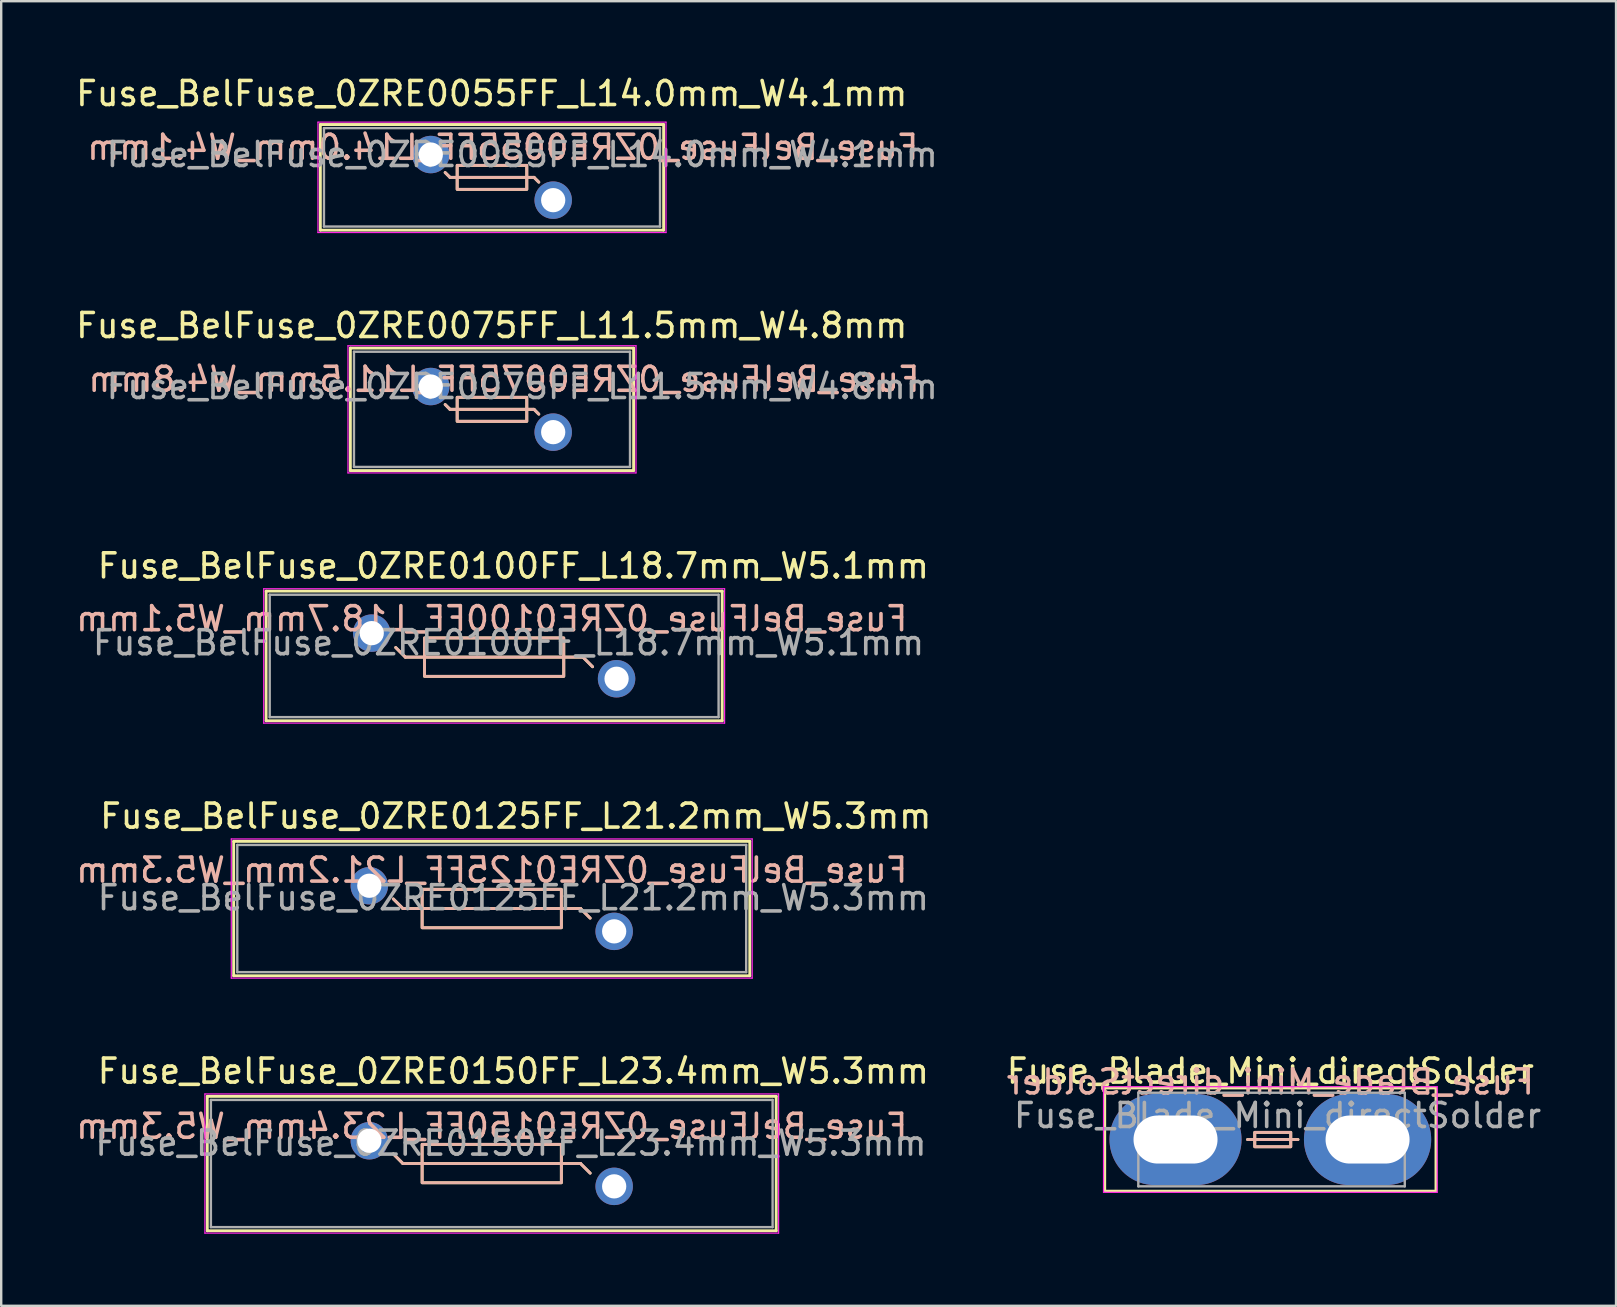
<source format=kicad_pcb>
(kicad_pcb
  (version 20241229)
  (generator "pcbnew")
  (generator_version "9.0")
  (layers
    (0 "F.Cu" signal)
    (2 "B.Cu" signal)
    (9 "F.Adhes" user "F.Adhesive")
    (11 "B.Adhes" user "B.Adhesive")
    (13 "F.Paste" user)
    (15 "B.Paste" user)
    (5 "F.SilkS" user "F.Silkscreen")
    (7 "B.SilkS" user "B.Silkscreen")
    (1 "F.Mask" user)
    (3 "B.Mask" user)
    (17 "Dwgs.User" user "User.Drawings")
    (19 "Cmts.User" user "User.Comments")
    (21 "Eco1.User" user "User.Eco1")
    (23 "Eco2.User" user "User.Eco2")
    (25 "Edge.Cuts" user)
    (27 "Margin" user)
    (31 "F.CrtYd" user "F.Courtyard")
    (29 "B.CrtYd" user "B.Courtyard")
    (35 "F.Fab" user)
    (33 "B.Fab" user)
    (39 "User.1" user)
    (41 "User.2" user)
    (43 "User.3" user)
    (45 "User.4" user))
  (footprint "Fuse_BelFuse_0ZRE0055FF_L14.0mm_W4.1mm"
    (layer "F.Cu")
    (at 14.895 3.388)
    (property "Reference" "Fuse_BelFuse_0ZRE0055FF_L14.0mm_W4.1mm" (at 2.54 -2.54 0) (layer "F.SilkS") (effects (font (size 1 1) (thickness 0.15))))
    (fp_line (start -4.6 -1.25) (end -4.6 3.15) (stroke (width 0.12) (type solid)) (layer "F.SilkS"))
    (fp_line (start -4.6 -1.25) (end 9.7 -1.25) (stroke (width 0.12) (type solid)) (layer "F.SilkS"))
    (fp_line (start -4.6 3.15) (end 9.7 3.15) (stroke (width 0.12) (type solid)) (layer "F.SilkS"))
    (fp_line (start 0.8 0.95) (end 0.6 0.75) (stroke (width 0.12) (type solid)) (layer "F.SilkS"))
    (fp_line (start 0.8 0.95) (end 4.3 0.95) (stroke (width 0.12) (type solid)) (layer "F.SilkS"))
    (fp_line (start 4.3 0.95) (end 4.5 1.15) (stroke (width 0.12) (type solid)) (layer "F.SilkS"))
    (fp_line (start 9.7 -1.25) (end 9.7 3.15) (stroke (width 0.12) (type solid)) (layer "F.SilkS"))
    (fp_rect (start 1.1 0.45) (end 4 1.45) (stroke (width 0.12) (type solid)) (fill no) (layer "F.SilkS"))
    (fp_line (start 0.6 0.75) (end 0.8 0.95) (stroke (width 0.12) (type solid)) (layer "B.SilkS"))
    (fp_line (start 0.8 0.95) (end 4.3 0.95) (stroke (width 0.12) (type solid)) (layer "B.SilkS"))
    (fp_line (start 4.3 0.95) (end 4.5 1.15) (stroke (width 0.12) (type solid)) (layer "B.SilkS"))
    (fp_rect (start 1.1 0.45) (end 4 1.45) (stroke (width 0.12) (type solid)) (fill no) (layer "B.SilkS"))
    (fp_line (start -4.7 -1.35) (end -4.7 3.25) (stroke (width 0.05) (type solid)) (layer "F.CrtYd"))
    (fp_line (start -4.7 -1.35) (end 9.8 -1.35) (stroke (width 0.05) (type solid)) (layer "F.CrtYd"))
    (fp_line (start -4.7 3.25) (end 9.8 3.25) (stroke (width 0.05) (type solid)) (layer "F.CrtYd"))
    (fp_line (start 9.8 -1.35) (end 9.8 3.25) (stroke (width 0.05) (type solid)) (layer "F.CrtYd"))
    (fp_line (start -4.45 -1.1) (end -4.45 3) (stroke (width 0.1) (type solid)) (layer "F.Fab"))
    (fp_line (start -4.45 -1.1) (end 9.55 -1.1) (stroke (width 0.1) (type solid)) (layer "F.Fab"))
    (fp_line (start -4.45 3) (end 9.55 3) (stroke (width 0.1) (type solid)) (layer "F.Fab"))
    (fp_line (start 9.55 -1.1) (end 9.55 3) (stroke (width 0.1) (type solid)) (layer "F.Fab"))
    (fp_text user "${REFERENCE}" (at 3 -0.3 0) (layer "B.SilkS") (effects (font (size 1 1) (thickness 0.15)) (justify mirror)))
    (fp_text user "${REFERENCE}" (at 3.81 0 0) (layer "F.Fab") (effects (font (size 1 1) (thickness 0.15))))
    (pad "1" thru_hole circle (at 0 0) (size 1.56 1.56) (drill 1.01) (layers "*.Cu" "*.Mask"))
    (pad "2" thru_hole circle (at 5.1 1.9) (size 1.56 1.56) (drill 1.01) (layers "*.Cu" "*.Mask")))
  (footprint "Fuse_Blade_Mini_directSolder"
    (layer "F.Cu")
    (at 45.92 44.421)
    (property "Reference" "Fuse_Blade_Mini_directSolder" (at 3.95 -2.85 0) (layer "F.SilkS") (effects (font (size 1 1) (thickness 0.15))))
    (fp_line (start 5.1 0) (end 3 0) (stroke (width 0.12) (type solid)) (layer "F.SilkS"))
    (fp_rect (start -2.95 -2.15) (end 10.85 2.15) (stroke (width 0.12) (type solid)) (fill no) (layer "F.SilkS"))
    (fp_rect (start 3.3 -0.3) (end 4.8 0.3) (stroke (width 0.12) (type solid)) (fill no) (layer "F.SilkS"))
    (fp_line (start 5.1 0) (end 3 0) (stroke (width 0.12) (type solid)) (layer "B.SilkS"))
    (fp_rect (start 3.3 -0.3) (end 4.8 0.3) (stroke (width 0.12) (type solid)) (fill no) (layer "B.SilkS"))
    (fp_line (start -3 -2.2) (end -3 2.2) (stroke (width 0.05) (type solid)) (layer "F.CrtYd"))
    (fp_line (start -3 -2.2) (end 10.9 -2.2) (stroke (width 0.05) (type solid)) (layer "F.CrtYd"))
    (fp_line (start 10.9 2.2) (end -3 2.2) (stroke (width 0.05) (type solid)) (layer "F.CrtYd"))
    (fp_line (start 10.9 2.2) (end 10.9 -2.2) (stroke (width 0.05) (type solid)) (layer "F.CrtYd"))
    (fp_line (start -1.55 -1.95) (end 9.55 -1.95) (stroke (width 0.1) (type solid)) (layer "F.Fab"))
    (fp_line (start -1.55 1.95) (end -1.55 -1.95) (stroke (width 0.1) (type solid)) (layer "F.Fab"))
    (fp_line (start 9.55 -1.95) (end 9.55 1.95) (stroke (width 0.1) (type solid)) (layer "F.Fab"))
    (fp_line (start 9.55 1.95) (end -1.55 1.95) (stroke (width 0.1) (type solid)) (layer "F.Fab"))
    (fp_text user "${REFERENCE}" (at 3.95 -2.4 0) (layer "B.SilkS") (effects (font (size 1 1) (thickness 0.15)) (justify mirror)))
    (fp_text user "${REFERENCE}" (at 4.25 -1 0) (layer "F.Fab") (effects (font (size 1 1) (thickness 0.15))))
    (pad "1" thru_hole oval (at 0 0) (size 5.5 3.8) (drill oval 3.5 2) (layers "*.Cu" "*.Mask"))
    (pad "2" thru_hole oval (at 8 0) (size 5.3 3.8) (drill oval 3.5 2) (layers "*.Cu" "*.Mask")))
  (footprint "Fuse_BelFuse_0ZRE0100FF_L18.7mm_W5.1mm"
    (layer "F.Cu")
    (at 12.435 23.325)
    (property "Reference" "Fuse_BelFuse_0ZRE0100FF_L18.7mm_W5.1mm" (at 5.9 -2.8 0) (layer "F.SilkS") (effects (font (size 1 1) (thickness 0.15))))
    (fp_line (start -4.4 -1.75) (end -4.4 3.65) (stroke (width 0.12) (type solid)) (layer "F.SilkS"))
    (fp_line (start -4.4 -1.75) (end 14.6 -1.75) (stroke (width 0.12) (type solid)) (layer "F.SilkS"))
    (fp_line (start -4.4 3.65) (end 14.6 3.65) (stroke (width 0.12) (type solid)) (layer "F.SilkS"))
    (fp_line (start 1.4 1) (end 1 0.6) (stroke (width 0.12) (type solid)) (layer "F.SilkS"))
    (fp_line (start 1.4 1) (end 8.8 1) (stroke (width 0.12) (type solid)) (layer "F.SilkS"))
    (fp_line (start 8.8 1) (end 9.2 1.4) (stroke (width 0.12) (type solid)) (layer "F.SilkS"))
    (fp_line (start 14.6 -1.75) (end 14.6 3.65) (stroke (width 0.12) (type solid)) (layer "F.SilkS"))
    (fp_rect (start 2.2 0.2) (end 8 1.8) (stroke (width 0.12) (type solid)) (fill no) (layer "F.SilkS"))
    (fp_line (start 1 0.6) (end 1.4 1) (stroke (width 0.12) (type solid)) (layer "B.SilkS"))
    (fp_line (start 1.4 1) (end 8.8 1) (stroke (width 0.12) (type solid)) (layer "B.SilkS"))
    (fp_line (start 8.8 1) (end 9.2 1.4) (stroke (width 0.12) (type solid)) (layer "B.SilkS"))
    (fp_rect (start 2.2 0.2) (end 8 1.8) (stroke (width 0.12) (type solid)) (fill no) (layer "B.SilkS"))
    (fp_line (start -4.5 -1.85) (end -4.5 3.75) (stroke (width 0.05) (type solid)) (layer "F.CrtYd"))
    (fp_line (start -4.5 -1.85) (end 14.7 -1.85) (stroke (width 0.05) (type solid)) (layer "F.CrtYd"))
    (fp_line (start -4.5 3.75) (end 14.7 3.75) (stroke (width 0.05) (type solid)) (layer "F.CrtYd"))
    (fp_line (start 14.7 -1.85) (end 14.7 3.75) (stroke (width 0.05) (type solid)) (layer "F.CrtYd"))
    (fp_line (start -4.25 -1.6) (end -4.25 3.5) (stroke (width 0.1) (type solid)) (layer "F.Fab"))
    (fp_line (start -4.25 -1.6) (end 14.45 -1.6) (stroke (width 0.1) (type solid)) (layer "F.Fab"))
    (fp_line (start -4.25 3.5) (end 14.45 3.5) (stroke (width 0.1) (type solid)) (layer "F.Fab"))
    (fp_line (start 14.45 -1.6) (end 14.45 3.5) (stroke (width 0.1) (type solid)) (layer "F.Fab"))
    (fp_text user "${REFERENCE}" (at 5 -0.6 0) (layer "B.SilkS") (effects (font (size 1 1) (thickness 0.15)) (justify mirror)))
    (fp_text user "${REFERENCE}" (at 5.7 0.4 0) (layer "F.Fab") (effects (font (size 1 1) (thickness 0.15))))
    (pad "1" thru_hole circle (at 0 0) (size 1.56 1.56) (drill 1.01) (layers "*.Cu" "*.Mask"))
    (pad "2" thru_hole circle (at 10.2 1.9) (size 1.56 1.56) (drill 1.01) (layers "*.Cu" "*.Mask")))
  (footprint "Fuse_BelFuse_0ZRE0075FF_L11.5mm_W4.8mm"
    (layer "F.Cu")
    (at 14.895 13.052)
    (property "Reference" "Fuse_BelFuse_0ZRE0075FF_L11.5mm_W4.8mm" (at 2.54 -2.54 0) (layer "F.SilkS") (effects (font (size 1 1) (thickness 0.15))))
    (fp_line (start -3.35 -1.6) (end -3.35 3.5) (stroke (width 0.12) (type solid)) (layer "F.SilkS"))
    (fp_line (start -3.35 -1.6) (end 8.45 -1.6) (stroke (width 0.12) (type solid)) (layer "F.SilkS"))
    (fp_line (start -3.35 3.5) (end 8.45 3.5) (stroke (width 0.12) (type solid)) (layer "F.SilkS"))
    (fp_line (start 0.8 0.95) (end 0.6 0.75) (stroke (width 0.12) (type solid)) (layer "F.SilkS"))
    (fp_line (start 0.8 0.95) (end 4.3 0.95) (stroke (width 0.12) (type solid)) (layer "F.SilkS"))
    (fp_line (start 4.3 0.95) (end 4.5 1.15) (stroke (width 0.12) (type solid)) (layer "F.SilkS"))
    (fp_line (start 8.45 -1.6) (end 8.45 3.5) (stroke (width 0.12) (type solid)) (layer "F.SilkS"))
    (fp_rect (start 1.1 0.45) (end 4 1.45) (stroke (width 0.12) (type solid)) (fill no) (layer "F.SilkS"))
    (fp_line (start 0.6 0.75) (end 0.8 0.95) (stroke (width 0.12) (type solid)) (layer "B.SilkS"))
    (fp_line (start 0.8 0.95) (end 4.3 0.95) (stroke (width 0.12) (type solid)) (layer "B.SilkS"))
    (fp_line (start 4.3 0.95) (end 4.5 1.15) (stroke (width 0.12) (type solid)) (layer "B.SilkS"))
    (fp_rect (start 1.1 0.45) (end 4 1.45) (stroke (width 0.12) (type solid)) (fill no) (layer "B.SilkS"))
    (fp_line (start -3.45 -1.7) (end -3.45 3.6) (stroke (width 0.05) (type solid)) (layer "F.CrtYd"))
    (fp_line (start -3.45 -1.7) (end 8.55 -1.7) (stroke (width 0.05) (type solid)) (layer "F.CrtYd"))
    (fp_line (start -3.45 3.6) (end 8.55 3.6) (stroke (width 0.05) (type solid)) (layer "F.CrtYd"))
    (fp_line (start 8.55 -1.7) (end 8.55 3.6) (stroke (width 0.05) (type solid)) (layer "F.CrtYd"))
    (fp_line (start -3.2 -1.45) (end -3.2 3.35) (stroke (width 0.1) (type solid)) (layer "F.Fab"))
    (fp_line (start -3.2 -1.45) (end 8.3 -1.45) (stroke (width 0.1) (type solid)) (layer "F.Fab"))
    (fp_line (start -3.2 3.35) (end 8.3 3.35) (stroke (width 0.1) (type solid)) (layer "F.Fab"))
    (fp_line (start 8.3 -1.45) (end 8.3 3.35) (stroke (width 0.1) (type solid)) (layer "F.Fab"))
    (fp_text user "${REFERENCE}" (at 3.05 -0.3 0) (layer "B.SilkS") (effects (font (size 1 1) (thickness 0.15)) (justify mirror)))
    (fp_text user "${REFERENCE}" (at 3.81 0 0) (layer "F.Fab") (effects (font (size 1 1) (thickness 0.15))))
    (pad "1" thru_hole circle (at 0 0) (size 1.56 1.56) (drill 1.01) (layers "*.Cu" "*.Mask"))
    (pad "2" thru_hole circle (at 5.1 1.9) (size 1.56 1.56) (drill 1.01) (layers "*.Cu" "*.Mask")))
  (footprint "Fuse_BelFuse_0ZRE0125FF_L21.2mm_W5.3mm"
    (layer "F.Cu")
    (at 12.335 33.848)
    (property "Reference" "Fuse_BelFuse_0ZRE0125FF_L21.2mm_W5.3mm" (at 6.1 -2.9 0) (layer "F.SilkS") (effects (font (size 1 1) (thickness 0.15))))
    (fp_line (start -5.65 -1.85) (end -5.65 3.75) (stroke (width 0.12) (type solid)) (layer "F.SilkS"))
    (fp_line (start -5.65 -1.85) (end 15.85 -1.85) (stroke (width 0.12) (type solid)) (layer "F.SilkS"))
    (fp_line (start -5.65 3.75) (end 15.85 3.75) (stroke (width 0.12) (type solid)) (layer "F.SilkS"))
    (fp_line (start 1.4 0.95) (end 1 0.55) (stroke (width 0.12) (type solid)) (layer "F.SilkS"))
    (fp_line (start 1.4 0.95) (end 8.8 0.95) (stroke (width 0.12) (type solid)) (layer "F.SilkS"))
    (fp_line (start 8.8 0.95) (end 9.2 1.35) (stroke (width 0.12) (type solid)) (layer "F.SilkS"))
    (fp_line (start 15.85 -1.85) (end 15.85 3.75) (stroke (width 0.12) (type solid)) (layer "F.SilkS"))
    (fp_rect (start 2.2 0.15) (end 8 1.75) (stroke (width 0.12) (type solid)) (fill no) (layer "F.SilkS"))
    (fp_line (start 1 0.55) (end 1.4 0.95) (stroke (width 0.12) (type solid)) (layer "B.SilkS"))
    (fp_line (start 1.4 0.95) (end 8.8 0.95) (stroke (width 0.12) (type solid)) (layer "B.SilkS"))
    (fp_line (start 8.8 0.95) (end 9.2 1.35) (stroke (width 0.12) (type solid)) (layer "B.SilkS"))
    (fp_rect (start 8 0.15) (end 2.2 1.75) (stroke (width 0.12) (type solid)) (fill no) (layer "B.SilkS"))
    (fp_line (start -5.75 -1.95) (end -5.75 3.85) (stroke (width 0.05) (type solid)) (layer "F.CrtYd"))
    (fp_line (start -5.75 -1.95) (end 15.95 -1.95) (stroke (width 0.05) (type solid)) (layer "F.CrtYd"))
    (fp_line (start -5.75 3.85) (end 15.95 3.85) (stroke (width 0.05) (type solid)) (layer "F.CrtYd"))
    (fp_line (start 15.95 -1.95) (end 15.95 3.85) (stroke (width 0.05) (type solid)) (layer "F.CrtYd"))
    (fp_line (start -5.5 -1.7) (end -5.5 3.6) (stroke (width 0.1) (type solid)) (layer "F.Fab"))
    (fp_line (start -5.5 -1.7) (end 15.7 -1.7) (stroke (width 0.1) (type solid)) (layer "F.Fab"))
    (fp_line (start -5.5 3.6) (end 15.7 3.6) (stroke (width 0.1) (type solid)) (layer "F.Fab"))
    (fp_line (start 15.7 -1.7) (end 15.7 3.6) (stroke (width 0.1) (type solid)) (layer "F.Fab"))
    (fp_text user "${REFERENCE}" (at 5.1 -0.65 0) (layer "B.SilkS") (effects (font (size 1 1) (thickness 0.15)) (justify mirror)))
    (fp_text user "${REFERENCE}" (at 6 0.5 0) (layer "F.Fab") (effects (font (size 1 1) (thickness 0.15))))
    (pad "1" thru_hole circle (at 0 0) (size 1.56 1.56) (drill 1.01) (layers "*.Cu" "*.Mask"))
    (pad "2" thru_hole circle (at 10.2 1.9) (size 1.56 1.56) (drill 1.01) (layers "*.Cu" "*.Mask")))
  (footprint "Fuse_BelFuse_0ZRE0150FF_L23.4mm_W5.3mm"
    (layer "F.Cu")
    (at 12.335 44.471)
    (property "Reference" "Fuse_BelFuse_0ZRE0150FF_L23.4mm_W5.3mm" (at 6 -2.9 0) (layer "F.SilkS") (effects (font (size 1 1) (thickness 0.15))))
    (fp_line (start -6.75 -1.85) (end -6.75 3.75) (stroke (width 0.12) (type solid)) (layer "F.SilkS"))
    (fp_line (start -6.75 -1.85) (end 16.95 -1.85) (stroke (width 0.12) (type solid)) (layer "F.SilkS"))
    (fp_line (start -6.75 3.75) (end 16.95 3.75) (stroke (width 0.12) (type solid)) (layer "F.SilkS"))
    (fp_line (start 1.4 0.95) (end 1 0.55) (stroke (width 0.12) (type solid)) (layer "F.SilkS"))
    (fp_line (start 1.4 0.95) (end 8.8 0.95) (stroke (width 0.12) (type solid)) (layer "F.SilkS"))
    (fp_line (start 8.8 0.95) (end 9.2 1.35) (stroke (width 0.12) (type solid)) (layer "F.SilkS"))
    (fp_line (start 16.95 -1.85) (end 16.95 3.75) (stroke (width 0.12) (type solid)) (layer "F.SilkS"))
    (fp_rect (start 2.2 0.15) (end 8 1.75) (stroke (width 0.12) (type solid)) (fill no) (layer "F.SilkS"))
    (fp_line (start 1.4 0.95) (end 1 0.55) (stroke (width 0.12) (type solid)) (layer "B.SilkS"))
    (fp_line (start 8.8 0.95) (end 1.4 0.95) (stroke (width 0.12) (type solid)) (layer "B.SilkS"))
    (fp_line (start 9.2 1.35) (end 8.8 0.95) (stroke (width 0.12) (type solid)) (layer "B.SilkS"))
    (fp_rect (start 2.2 0.15) (end 8 1.75) (stroke (width 0.12) (type solid)) (fill no) (layer "B.SilkS"))
    (fp_line (start -6.85 -1.95) (end -6.85 3.85) (stroke (width 0.05) (type solid)) (layer "F.CrtYd"))
    (fp_line (start -6.85 -1.95) (end 17.05 -1.95) (stroke (width 0.05) (type solid)) (layer "F.CrtYd"))
    (fp_line (start -6.85 3.85) (end 17.05 3.85) (stroke (width 0.05) (type solid)) (layer "F.CrtYd"))
    (fp_line (start 17.05 -1.95) (end 17.05 3.85) (stroke (width 0.05) (type solid)) (layer "F.CrtYd"))
    (fp_line (start -6.6 -1.7) (end -6.6 3.6) (stroke (width 0.1) (type solid)) (layer "F.Fab"))
    (fp_line (start -6.6 -1.7) (end 16.8 -1.7) (stroke (width 0.1) (type solid)) (layer "F.Fab"))
    (fp_line (start -6.6 3.6) (end 16.8 3.6) (stroke (width 0.1) (type solid)) (layer "F.Fab"))
    (fp_line (start 16.8 -1.7) (end 16.8 3.6) (stroke (width 0.1) (type solid)) (layer "F.Fab"))
    (fp_text user "${REFERENCE}" (at 5.1 -0.6 0) (layer "B.SilkS") (effects (font (size 1 1) (thickness 0.15)) (justify mirror)))
    (fp_text user "${REFERENCE}" (at 5.9 0.1 0) (layer "F.Fab") (effects (font (size 1 1) (thickness 0.15))))
    (pad "1" thru_hole circle (at 0 0) (size 1.56 1.56) (drill 1.01) (layers "*.Cu" "*.Mask"))
    (pad "2" thru_hole circle (at 10.2 1.9) (size 1.56 1.56) (drill 1.01) (layers "*.Cu" "*.Mask")))
  (gr_rect
    (start -3 -3)
    (end 64.271 51.346)
    (stroke (width 0.1) (type default))
    (fill no)
    (layer "Edge.Cuts")))
</source>
